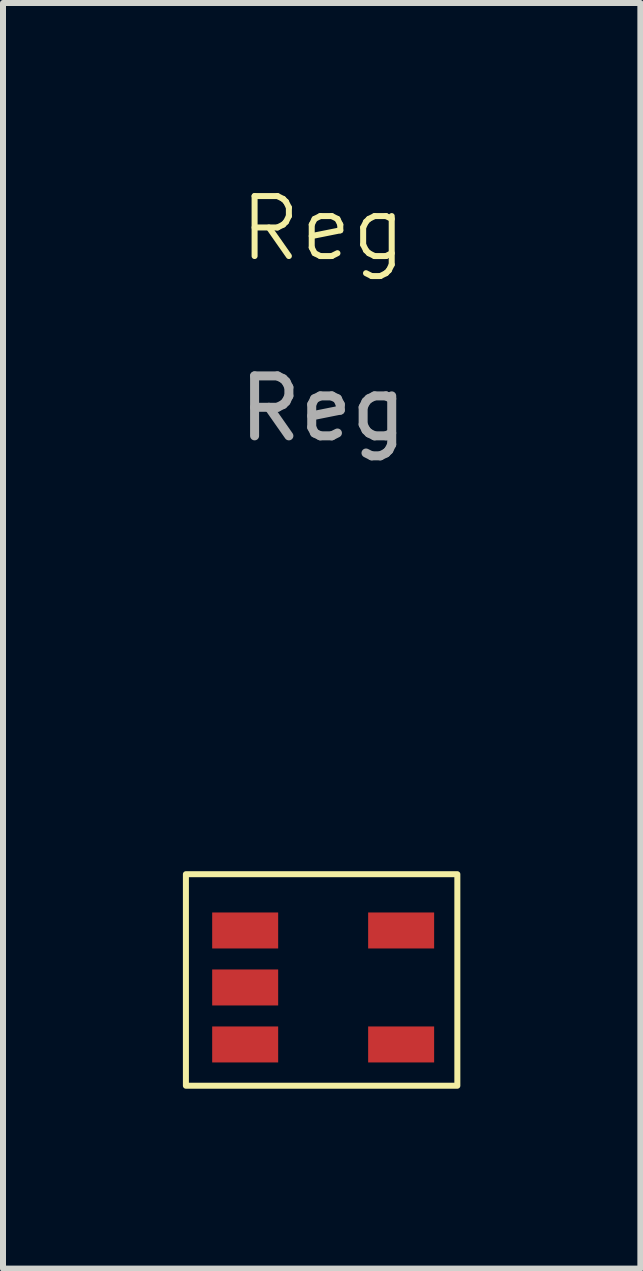
<source format=kicad_pcb>
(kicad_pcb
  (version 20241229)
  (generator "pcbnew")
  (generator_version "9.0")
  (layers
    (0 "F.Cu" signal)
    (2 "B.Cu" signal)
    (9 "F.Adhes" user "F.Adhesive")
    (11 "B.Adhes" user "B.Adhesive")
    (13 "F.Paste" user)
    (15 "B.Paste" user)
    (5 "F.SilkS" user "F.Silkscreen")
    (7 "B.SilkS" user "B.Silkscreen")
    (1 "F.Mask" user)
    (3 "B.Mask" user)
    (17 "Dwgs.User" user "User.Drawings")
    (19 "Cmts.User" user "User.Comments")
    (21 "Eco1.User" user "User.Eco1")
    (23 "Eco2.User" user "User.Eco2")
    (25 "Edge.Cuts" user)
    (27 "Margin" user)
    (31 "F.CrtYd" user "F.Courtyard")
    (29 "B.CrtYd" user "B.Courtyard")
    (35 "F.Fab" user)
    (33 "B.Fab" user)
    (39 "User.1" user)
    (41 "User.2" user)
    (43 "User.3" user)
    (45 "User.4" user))
  (footprint "Reg"
    (layer "F.Cu")
    (at 2.337 13.511)
    (property "Reference" "Reg" (at 0 -12.75 0) (unlocked yes) (layer "F.SilkS") (effects (font (size 1 1) (thickness 0.1))))
    (attr smd)
    (fp_rect (start -2.288 -1.988) (end 2.237 1.538) (stroke (width 0.1) (type solid)) (fill no) (layer "F.SilkS"))
    (fp_text user "${REFERENCE}" (at 0 -9.75 0) (unlocked yes) (layer "F.Fab") (effects (font (size 1 1) (thickness 0.15))))
    (pad "1" smd rect (at -1.3 -1.05) (size 1.1 0.6) (layers "F.Cu" "F.Mask" "F.Paste"))
    (pad "2" smd rect (at -1.3 -0.1) (size 1.1 0.6) (layers "F.Cu" "F.Mask" "F.Paste"))
    (pad "3" smd rect (at -1.3 0.85) (size 1.1 0.6) (layers "F.Cu" "F.Mask" "F.Paste"))
    (pad "4" smd rect (at 1.3 0.85) (size 1.1 0.6) (layers "F.Cu" "F.Mask" "F.Paste"))
    (pad "5" smd rect (at 1.3 -1.05) (size 1.1 0.6) (layers "F.Cu" "F.Mask" "F.Paste")))
  (gr_rect
    (start -3 -3)
    (end 7.625 18.098)
    (stroke (width 0.1) (type default))
    (fill no)
    (layer "Edge.Cuts")))
</source>
